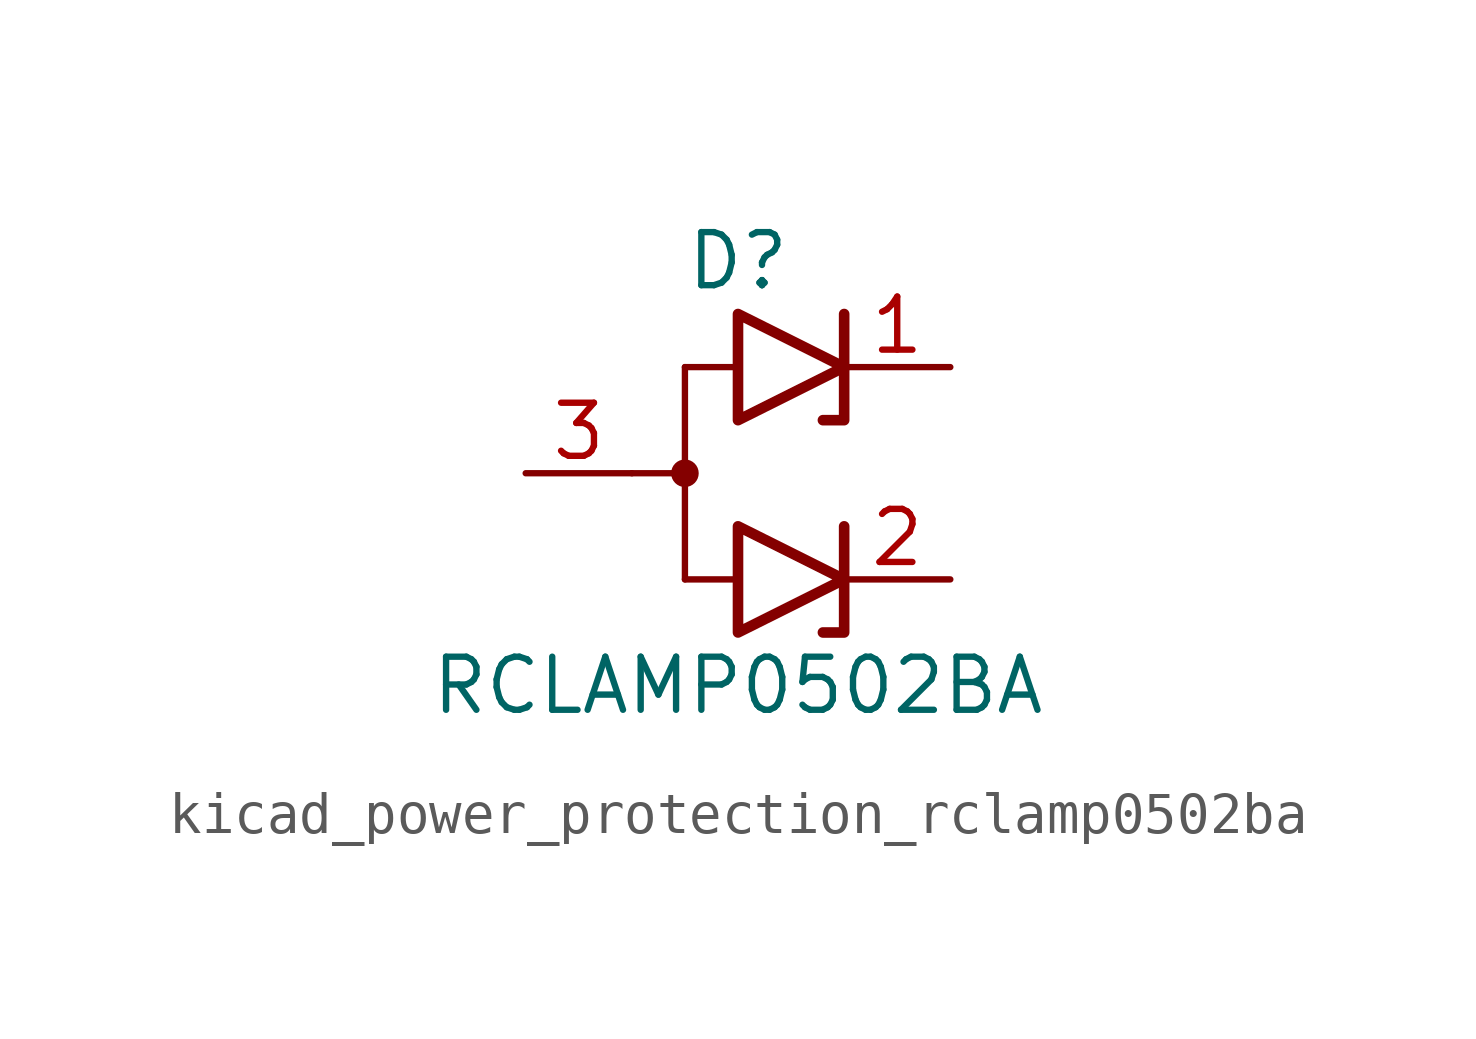
<source format=kicad_sym>
(kicad_symbol_lib
  (version 20220914)
  (generator kicad_symbol_editor)
  (symbol "kicad_power_protection_rclamp0502ba"
    (pin_names hide)
    (property "Reference" "D"
      (at 0 5.08 0)
      (effects (font (size 1.27 1.27))))
    (property "Value" "RCLAMP0502BA"
      (at 0 -5.08 0)
      (effects (font (size 1.27 1.27))))
    (symbol "kicad_power_protection_rclamp0502ba_0_1"
      (polyline (pts (xy -2.54 0) (xy -1.27 0)) (stroke (width 0) (type default)) (fill (type none)))
      (polyline (pts (xy -1.27 2.54) (xy -1.27 -2.54)) (stroke (width 0) (type default)) (fill (type none)))
      (polyline (pts (xy 0 2.54) (xy -1.27 2.54)) (stroke (width 0.152) (type default)) (fill (type none)))
      (polyline (pts (xy 2.54 3.81) (xy 2.54 1.27) (xy 2.032 1.27)) (stroke (width 0.254) (type default)) (fill (type none)))
      (polyline (pts (xy 0 1.27) (xy 0 3.81) (xy 2.54 2.54) (xy 0 1.27)) (stroke (width 0.254) (type default)) (fill (type none)))
      (pin passive line (at -5.08 0 0) (length 2.54) (name "A" (effects (font (size 1.27 1.27)))) (number "3" (effects (font (size 1.27 1.27))))))
    (symbol "kicad_power_protection_rclamp0502ba_1_1"
      (circle (center -1.27 0) (radius 0.254) (stroke (width 0) (type default)) (fill (type outline)))
      (polyline (pts (xy 0 -2.54) (xy -1.27 -2.54)) (stroke (width 0.152) (type default)) (fill (type none)))
      (polyline (pts (xy 2.54 -1.27) (xy 2.54 -3.81) (xy 2.032 -3.81)) (stroke (width 0.254) (type default)) (fill (type none)))
      (polyline (pts (xy 0 -3.81) (xy 0 -1.27) (xy 2.54 -2.54) (xy 0 -3.81)) (stroke (width 0.254) (type default)) (fill (type none)))
      (pin passive line (at 5.08 2.54 180) (length 2.54) (name "K1" (effects (font (size 1.27 1.27)))) (number "1" (effects (font (size 1.27 1.27)))))
      (pin passive line (at 5.08 -2.54 180) (length 2.54) (name "K2" (effects (font (size 1.27 1.27)))) (number "2" (effects (font (size 1.27 1.27))))))))
</source>
